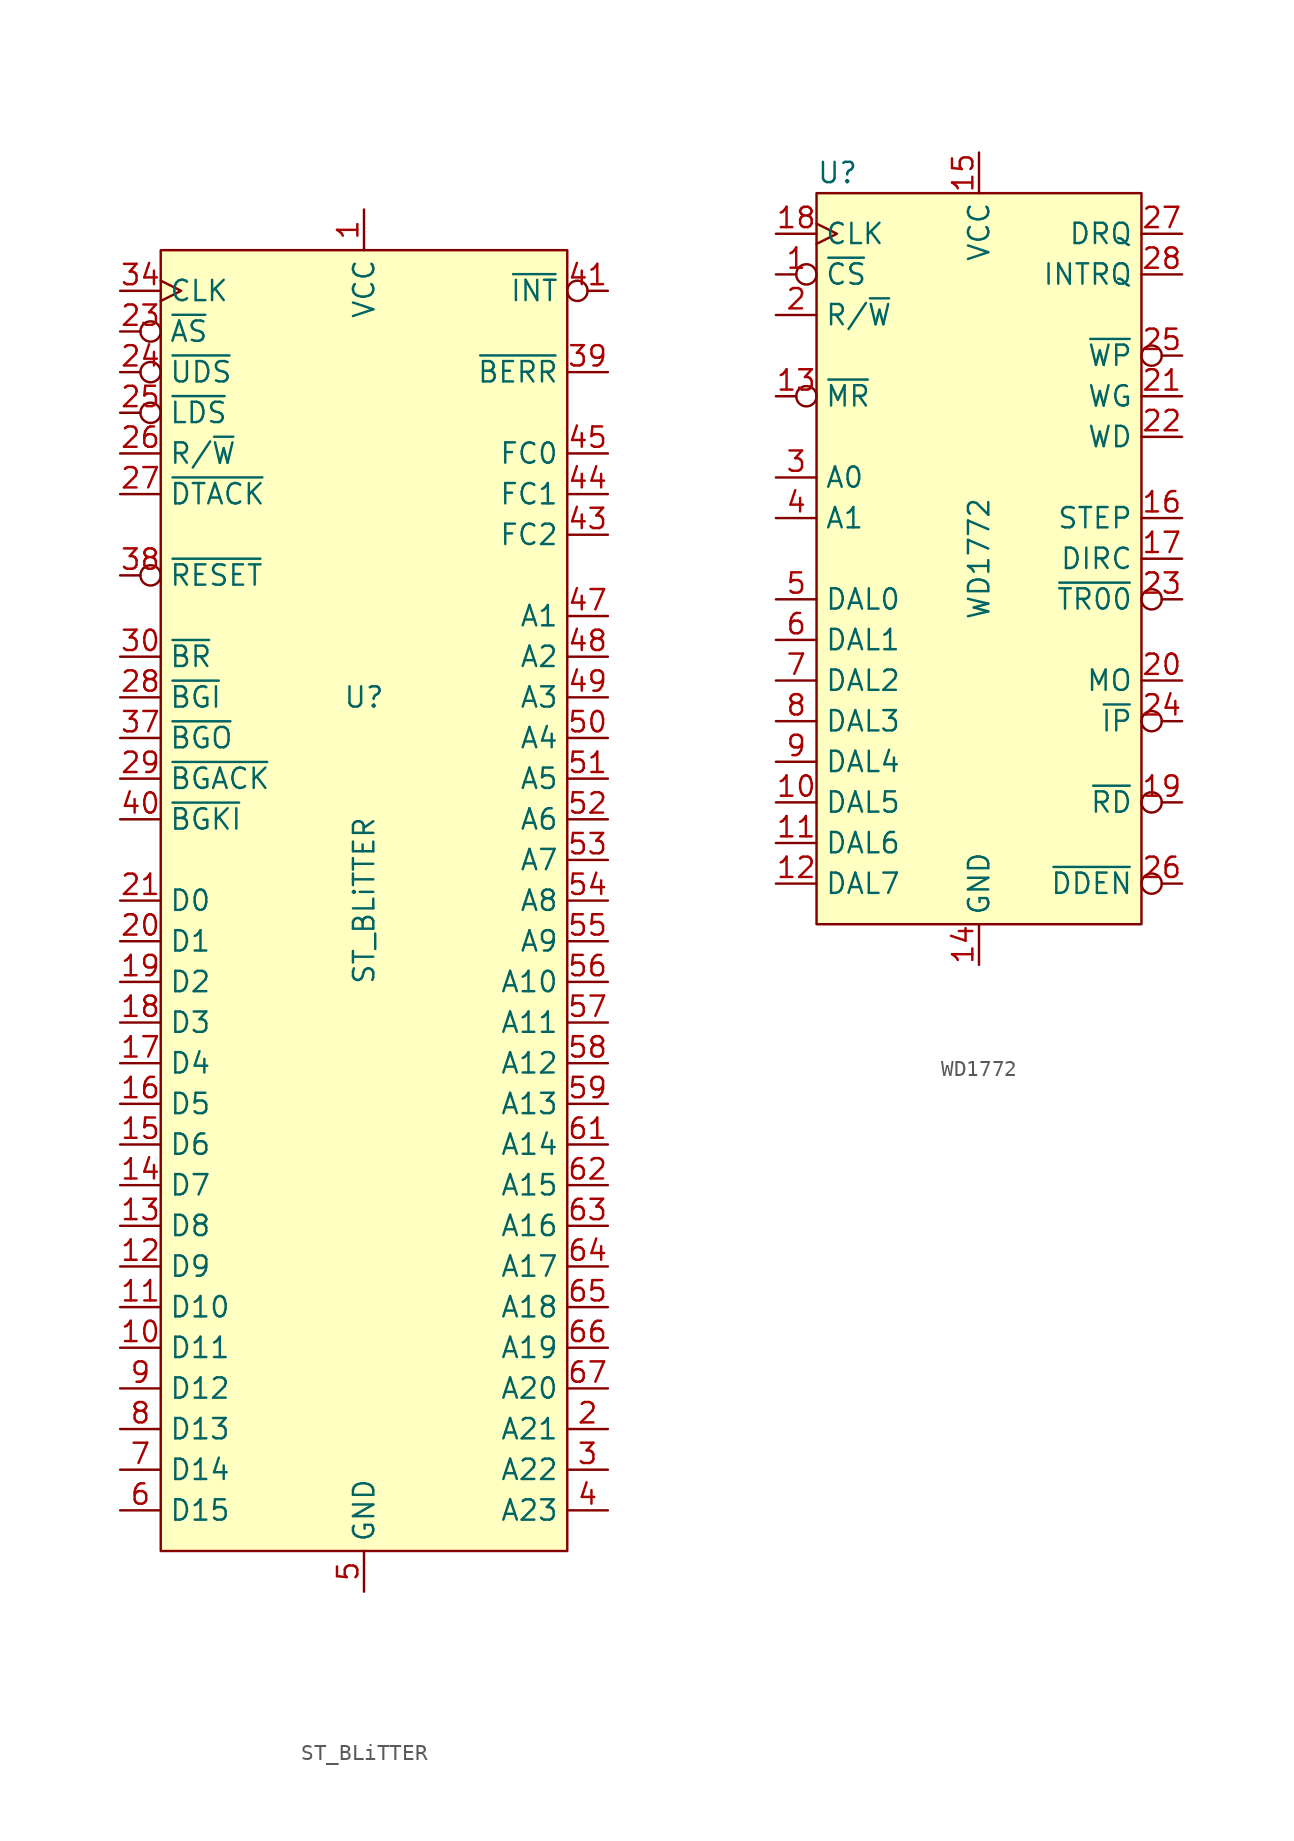
<source format=kicad_sym>
(kicad_symbol_lib
  (version 20241209)
  (generator "kicad_symbol_editor")
  (generator_version "9.0")
  (symbol "ST_BLiTTER"
    (property "Reference" "U"
      (at 0 12.7 0)
      (effects (font (size 1.27 1.27))))
    (property "Value" "ST_BLiTTER"
      (at 0 0 90)
      (effects (font (size 1.27 1.27))))
    (symbol "ST_BLiTTER_1_1"
      (rectangle (start -12.7 40.64) (end 12.7 -40.64) (stroke (width 0) (type solid)) (fill (type background)))
      (pin input clock (at -15.24 38.1 0) (length 2.54) (name "CLK" (effects (font (size 1.27 1.27)))) (number "34" (effects (font (size 1.27 1.27)))))
      (pin input inverted (at -15.24 35.56 0) (length 2.54) (name "~{AS}" (effects (font (size 1.27 1.27)))) (number "23" (effects (font (size 1.27 1.27)))))
      (pin input inverted (at -15.24 33.02 0) (length 2.54) (name "~{UDS}" (effects (font (size 1.27 1.27)))) (number "24" (effects (font (size 1.27 1.27)))))
      (pin input inverted (at -15.24 30.48 0) (length 2.54) (name "~{LDS}" (effects (font (size 1.27 1.27)))) (number "25" (effects (font (size 1.27 1.27)))))
      (pin input line (at -15.24 27.94 0) (length 2.54) (name "R/~{W}" (effects (font (size 1.27 1.27)))) (number "26" (effects (font (size 1.27 1.27)))))
      (pin input line (at -15.24 25.4 0) (length 2.54) (name "~{DTACK}" (effects (font (size 1.27 1.27)))) (number "27" (effects (font (size 1.27 1.27)))))
      (pin input inverted (at -15.24 20.32 0) (length 2.54) (name "~{RESET}" (effects (font (size 1.27 1.27)))) (number "38" (effects (font (size 1.27 1.27)))))
      (pin output line (at -15.24 15.24 0) (length 2.54) (name "~{BR}" (effects (font (size 1.27 1.27)))) (number "30" (effects (font (size 1.27 1.27)))))
      (pin input line (at -15.24 12.7 0) (length 2.54) (name "~{BGI}" (effects (font (size 1.27 1.27)))) (number "28" (effects (font (size 1.27 1.27)))))
      (pin output line (at -15.24 10.16 0) (length 2.54) (name "~{BGO}" (effects (font (size 1.27 1.27)))) (number "37" (effects (font (size 1.27 1.27)))))
      (pin output line (at -15.24 7.62 0) (length 2.54) (name "~{BGACK}" (effects (font (size 1.27 1.27)))) (number "29" (effects (font (size 1.27 1.27)))))
      (pin input line (at -15.24 5.08 0) (length 2.54) (name "~{BGKI}" (effects (font (size 1.27 1.27)))) (number "40" (effects (font (size 1.27 1.27)))))
      (pin bidirectional line (at -15.24 0 0) (length 2.54) (name "D0" (effects (font (size 1.27 1.27)))) (number "21" (effects (font (size 1.27 1.27)))))
      (pin bidirectional line (at -15.24 -2.54 0) (length 2.54) (name "D1" (effects (font (size 1.27 1.27)))) (number "20" (effects (font (size 1.27 1.27)))))
      (pin bidirectional line (at -15.24 -5.08 0) (length 2.54) (name "D2" (effects (font (size 1.27 1.27)))) (number "19" (effects (font (size 1.27 1.27)))))
      (pin bidirectional line (at -15.24 -7.62 0) (length 2.54) (name "D3" (effects (font (size 1.27 1.27)))) (number "18" (effects (font (size 1.27 1.27)))))
      (pin bidirectional line (at -15.24 -10.16 0) (length 2.54) (name "D4" (effects (font (size 1.27 1.27)))) (number "17" (effects (font (size 1.27 1.27)))))
      (pin bidirectional line (at -15.24 -12.7 0) (length 2.54) (name "D5" (effects (font (size 1.27 1.27)))) (number "16" (effects (font (size 1.27 1.27)))))
      (pin bidirectional line (at -15.24 -15.24 0) (length 2.54) (name "D6" (effects (font (size 1.27 1.27)))) (number "15" (effects (font (size 1.27 1.27)))))
      (pin bidirectional line (at -15.24 -17.78 0) (length 2.54) (name "D7" (effects (font (size 1.27 1.27)))) (number "14" (effects (font (size 1.27 1.27)))))
      (pin bidirectional line (at -15.24 -20.32 0) (length 2.54) (name "D8" (effects (font (size 1.27 1.27)))) (number "13" (effects (font (size 1.27 1.27)))))
      (pin bidirectional line (at -15.24 -22.86 0) (length 2.54) (name "D9" (effects (font (size 1.27 1.27)))) (number "12" (effects (font (size 1.27 1.27)))))
      (pin bidirectional line (at -15.24 -25.4 0) (length 2.54) (name "D10" (effects (font (size 1.27 1.27)))) (number "11" (effects (font (size 1.27 1.27)))))
      (pin bidirectional line (at -15.24 -27.94 0) (length 2.54) (name "D11" (effects (font (size 1.27 1.27)))) (number "10" (effects (font (size 1.27 1.27)))))
      (pin bidirectional line (at -15.24 -30.48 0) (length 2.54) (name "D12" (effects (font (size 1.27 1.27)))) (number "9" (effects (font (size 1.27 1.27)))))
      (pin bidirectional line (at -15.24 -33.02 0) (length 2.54) (name "D13" (effects (font (size 1.27 1.27)))) (number "8" (effects (font (size 1.27 1.27)))))
      (pin bidirectional line (at -15.24 -35.56 0) (length 2.54) (name "D14" (effects (font (size 1.27 1.27)))) (number "7" (effects (font (size 1.27 1.27)))))
      (pin bidirectional line (at -15.24 -38.1 0) (length 2.54) (name "D15" (effects (font (size 1.27 1.27)))) (number "6" (effects (font (size 1.27 1.27)))))
      (pin power_in line (at 0 43.18 270) (length 2.54) (name "VCC" (effects (font (size 1.27 1.27)))) (number "1" (effects (font (size 1.27 1.27)))))
      (pin passive line (at 0 43.18 270) (length 2.54) (hide yes) (name "VCC" (effects (font (size 1.27 1.27)))) (number "33" (effects (font (size 1.27 1.27)))))
      (pin passive line (at 0 -43.18 90) (length 2.54) (hide yes) (name "GND" (effects (font (size 1.27 1.27)))) (number "35" (effects (font (size 1.27 1.27)))))
      (pin power_in line (at 0 -43.18 90) (length 2.54) (name "GND" (effects (font (size 1.27 1.27)))) (number "5" (effects (font (size 1.27 1.27)))))
      (pin output inverted (at 15.24 38.1 180) (length 2.54) (name "~{INT}" (effects (font (size 1.27 1.27)))) (number "41" (effects (font (size 1.27 1.27)))))
      (pin input line (at 15.24 33.02 180) (length 2.54) (name "~{BERR}" (effects (font (size 1.27 1.27)))) (number "39" (effects (font (size 1.27 1.27)))))
      (pin output line (at 15.24 27.94 180) (length 2.54) (name "FC0" (effects (font (size 1.27 1.27)))) (number "45" (effects (font (size 1.27 1.27)))))
      (pin output line (at 15.24 25.4 180) (length 2.54) (name "FC1" (effects (font (size 1.27 1.27)))) (number "44" (effects (font (size 1.27 1.27)))))
      (pin output line (at 15.24 22.86 180) (length 2.54) (name "FC2" (effects (font (size 1.27 1.27)))) (number "43" (effects (font (size 1.27 1.27)))))
      (pin input line (at 15.24 17.78 180) (length 2.54) (name "A1" (effects (font (size 1.27 1.27)))) (number "47" (effects (font (size 1.27 1.27)))))
      (pin input line (at 15.24 15.24 180) (length 2.54) (name "A2" (effects (font (size 1.27 1.27)))) (number "48" (effects (font (size 1.27 1.27)))))
      (pin input line (at 15.24 12.7 180) (length 2.54) (name "A3" (effects (font (size 1.27 1.27)))) (number "49" (effects (font (size 1.27 1.27)))))
      (pin input line (at 15.24 10.16 180) (length 2.54) (name "A4" (effects (font (size 1.27 1.27)))) (number "50" (effects (font (size 1.27 1.27)))))
      (pin input line (at 15.24 7.62 180) (length 2.54) (name "A5" (effects (font (size 1.27 1.27)))) (number "51" (effects (font (size 1.27 1.27)))))
      (pin input line (at 15.24 5.08 180) (length 2.54) (name "A6" (effects (font (size 1.27 1.27)))) (number "52" (effects (font (size 1.27 1.27)))))
      (pin input line (at 15.24 2.54 180) (length 2.54) (name "A7" (effects (font (size 1.27 1.27)))) (number "53" (effects (font (size 1.27 1.27)))))
      (pin input line (at 15.24 0 180) (length 2.54) (name "A8" (effects (font (size 1.27 1.27)))) (number "54" (effects (font (size 1.27 1.27)))))
      (pin input line (at 15.24 -2.54 180) (length 2.54) (name "A9" (effects (font (size 1.27 1.27)))) (number "55" (effects (font (size 1.27 1.27)))))
      (pin input line (at 15.24 -5.08 180) (length 2.54) (name "A10" (effects (font (size 1.27 1.27)))) (number "56" (effects (font (size 1.27 1.27)))))
      (pin input line (at 15.24 -7.62 180) (length 2.54) (name "A11" (effects (font (size 1.27 1.27)))) (number "57" (effects (font (size 1.27 1.27)))))
      (pin input line (at 15.24 -10.16 180) (length 2.54) (name "A12" (effects (font (size 1.27 1.27)))) (number "58" (effects (font (size 1.27 1.27)))))
      (pin input line (at 15.24 -12.7 180) (length 2.54) (name "A13" (effects (font (size 1.27 1.27)))) (number "59" (effects (font (size 1.27 1.27)))))
      (pin input line (at 15.24 -15.24 180) (length 2.54) (name "A14" (effects (font (size 1.27 1.27)))) (number "61" (effects (font (size 1.27 1.27)))))
      (pin input line (at 15.24 -17.78 180) (length 2.54) (name "A15" (effects (font (size 1.27 1.27)))) (number "62" (effects (font (size 1.27 1.27)))))
      (pin input line (at 15.24 -20.32 180) (length 2.54) (name "A16" (effects (font (size 1.27 1.27)))) (number "63" (effects (font (size 1.27 1.27)))))
      (pin input line (at 15.24 -22.86 180) (length 2.54) (name "A17" (effects (font (size 1.27 1.27)))) (number "64" (effects (font (size 1.27 1.27)))))
      (pin input line (at 15.24 -25.4 180) (length 2.54) (name "A18" (effects (font (size 1.27 1.27)))) (number "65" (effects (font (size 1.27 1.27)))))
      (pin input line (at 15.24 -27.94 180) (length 2.54) (name "A19" (effects (font (size 1.27 1.27)))) (number "66" (effects (font (size 1.27 1.27)))))
      (pin input line (at 15.24 -30.48 180) (length 2.54) (name "A20" (effects (font (size 1.27 1.27)))) (number "67" (effects (font (size 1.27 1.27)))))
      (pin input line (at 15.24 -33.02 180) (length 2.54) (name "A21" (effects (font (size 1.27 1.27)))) (number "2" (effects (font (size 1.27 1.27)))))
      (pin input line (at 15.24 -35.56 180) (length 2.54) (name "A22" (effects (font (size 1.27 1.27)))) (number "3" (effects (font (size 1.27 1.27)))))
      (pin input line (at 15.24 -38.1 180) (length 2.54) (name "A23" (effects (font (size 1.27 1.27)))) (number "4" (effects (font (size 1.27 1.27)))))))
  (symbol "WD1772"
    (property "Reference" "U"
      (at -10.16 24.13 0)
      (effects (font (size 1.27 1.27)) (justify left)))
    (property "Value" "WD1772"
      (at 0 0 90)
      (effects (font (size 1.27 1.27))))
    (symbol "WD1772_1_1"
      (rectangle (start -10.16 22.86) (end 10.16 -22.86) (stroke (width 0) (type solid)) (fill (type background)))
      (pin input clock (at -12.7 20.32 0) (length 2.54) (name "CLK" (effects (font (size 1.27 1.27)))) (number "18" (effects (font (size 1.27 1.27)))))
      (pin input inverted (at -12.7 17.78 0) (length 2.54) (name "~{CS}" (effects (font (size 1.27 1.27)))) (number "1" (effects (font (size 1.27 1.27)))))
      (pin input line (at -12.7 15.24 0) (length 2.54) (name "R/~{W}" (effects (font (size 1.27 1.27)))) (number "2" (effects (font (size 1.27 1.27)))))
      (pin input inverted (at -12.7 10.16 0) (length 2.54) (name "~{MR}" (effects (font (size 1.27 1.27)))) (number "13" (effects (font (size 1.27 1.27)))))
      (pin input line (at -12.7 5.08 0) (length 2.54) (name "A0" (effects (font (size 1.27 1.27)))) (number "3" (effects (font (size 1.27 1.27)))))
      (pin input line (at -12.7 2.54 0) (length 2.54) (name "A1" (effects (font (size 1.27 1.27)))) (number "4" (effects (font (size 1.27 1.27)))))
      (pin bidirectional line (at -12.7 -2.54 0) (length 2.54) (name "DAL0" (effects (font (size 1.27 1.27)))) (number "5" (effects (font (size 1.27 1.27)))))
      (pin bidirectional line (at -12.7 -5.08 0) (length 2.54) (name "DAL1" (effects (font (size 1.27 1.27)))) (number "6" (effects (font (size 1.27 1.27)))))
      (pin bidirectional line (at -12.7 -7.62 0) (length 2.54) (name "DAL2" (effects (font (size 1.27 1.27)))) (number "7" (effects (font (size 1.27 1.27)))))
      (pin bidirectional line (at -12.7 -10.16 0) (length 2.54) (name "DAL3" (effects (font (size 1.27 1.27)))) (number "8" (effects (font (size 1.27 1.27)))))
      (pin bidirectional line (at -12.7 -12.7 0) (length 2.54) (name "DAL4" (effects (font (size 1.27 1.27)))) (number "9" (effects (font (size 1.27 1.27)))))
      (pin bidirectional line (at -12.7 -15.24 0) (length 2.54) (name "DAL5" (effects (font (size 1.27 1.27)))) (number "10" (effects (font (size 1.27 1.27)))))
      (pin bidirectional line (at -12.7 -17.78 0) (length 2.54) (name "DAL6" (effects (font (size 1.27 1.27)))) (number "11" (effects (font (size 1.27 1.27)))))
      (pin bidirectional line (at -12.7 -20.32 0) (length 2.54) (name "DAL7" (effects (font (size 1.27 1.27)))) (number "12" (effects (font (size 1.27 1.27)))))
      (pin power_in line (at 0 25.4 270) (length 2.54) (name "VCC" (effects (font (size 1.27 1.27)))) (number "15" (effects (font (size 1.27 1.27)))))
      (pin power_in line (at 0 -25.4 90) (length 2.54) (name "GND" (effects (font (size 1.27 1.27)))) (number "14" (effects (font (size 1.27 1.27)))))
      (pin output line (at 12.7 20.32 180) (length 2.54) (name "DRQ" (effects (font (size 1.27 1.27)))) (number "27" (effects (font (size 1.27 1.27)))))
      (pin output line (at 12.7 17.78 180) (length 2.54) (name "INTRQ" (effects (font (size 1.27 1.27)))) (number "28" (effects (font (size 1.27 1.27)))))
      (pin input inverted (at 12.7 12.7 180) (length 2.54) (name "~{WP}" (effects (font (size 1.27 1.27)))) (number "25" (effects (font (size 1.27 1.27)))))
      (pin output line (at 12.7 10.16 180) (length 2.54) (name "WG" (effects (font (size 1.27 1.27)))) (number "21" (effects (font (size 1.27 1.27)))))
      (pin output line (at 12.7 7.62 180) (length 2.54) (name "WD" (effects (font (size 1.27 1.27)))) (number "22" (effects (font (size 1.27 1.27)))))
      (pin output line (at 12.7 2.54 180) (length 2.54) (name "STEP" (effects (font (size 1.27 1.27)))) (number "16" (effects (font (size 1.27 1.27)))))
      (pin output line (at 12.7 0 180) (length 2.54) (name "DIRC" (effects (font (size 1.27 1.27)))) (number "17" (effects (font (size 1.27 1.27)))))
      (pin input inverted (at 12.7 -2.54 180) (length 2.54) (name "~{TR00}" (effects (font (size 1.27 1.27)))) (number "23" (effects (font (size 1.27 1.27)))))
      (pin output line (at 12.7 -7.62 180) (length 2.54) (name "MO" (effects (font (size 1.27 1.27)))) (number "20" (effects (font (size 1.27 1.27)))))
      (pin input inverted (at 12.7 -10.16 180) (length 2.54) (name "~{IP}" (effects (font (size 1.27 1.27)))) (number "24" (effects (font (size 1.27 1.27)))))
      (pin input inverted (at 12.7 -15.24 180) (length 2.54) (name "~{RD}" (effects (font (size 1.27 1.27)))) (number "19" (effects (font (size 1.27 1.27)))))
      (pin input inverted (at 12.7 -20.32 180) (length 2.54) (name "~{DDEN}" (effects (font (size 1.27 1.27)))) (number "26" (effects (font (size 1.27 1.27))))))))
</source>
